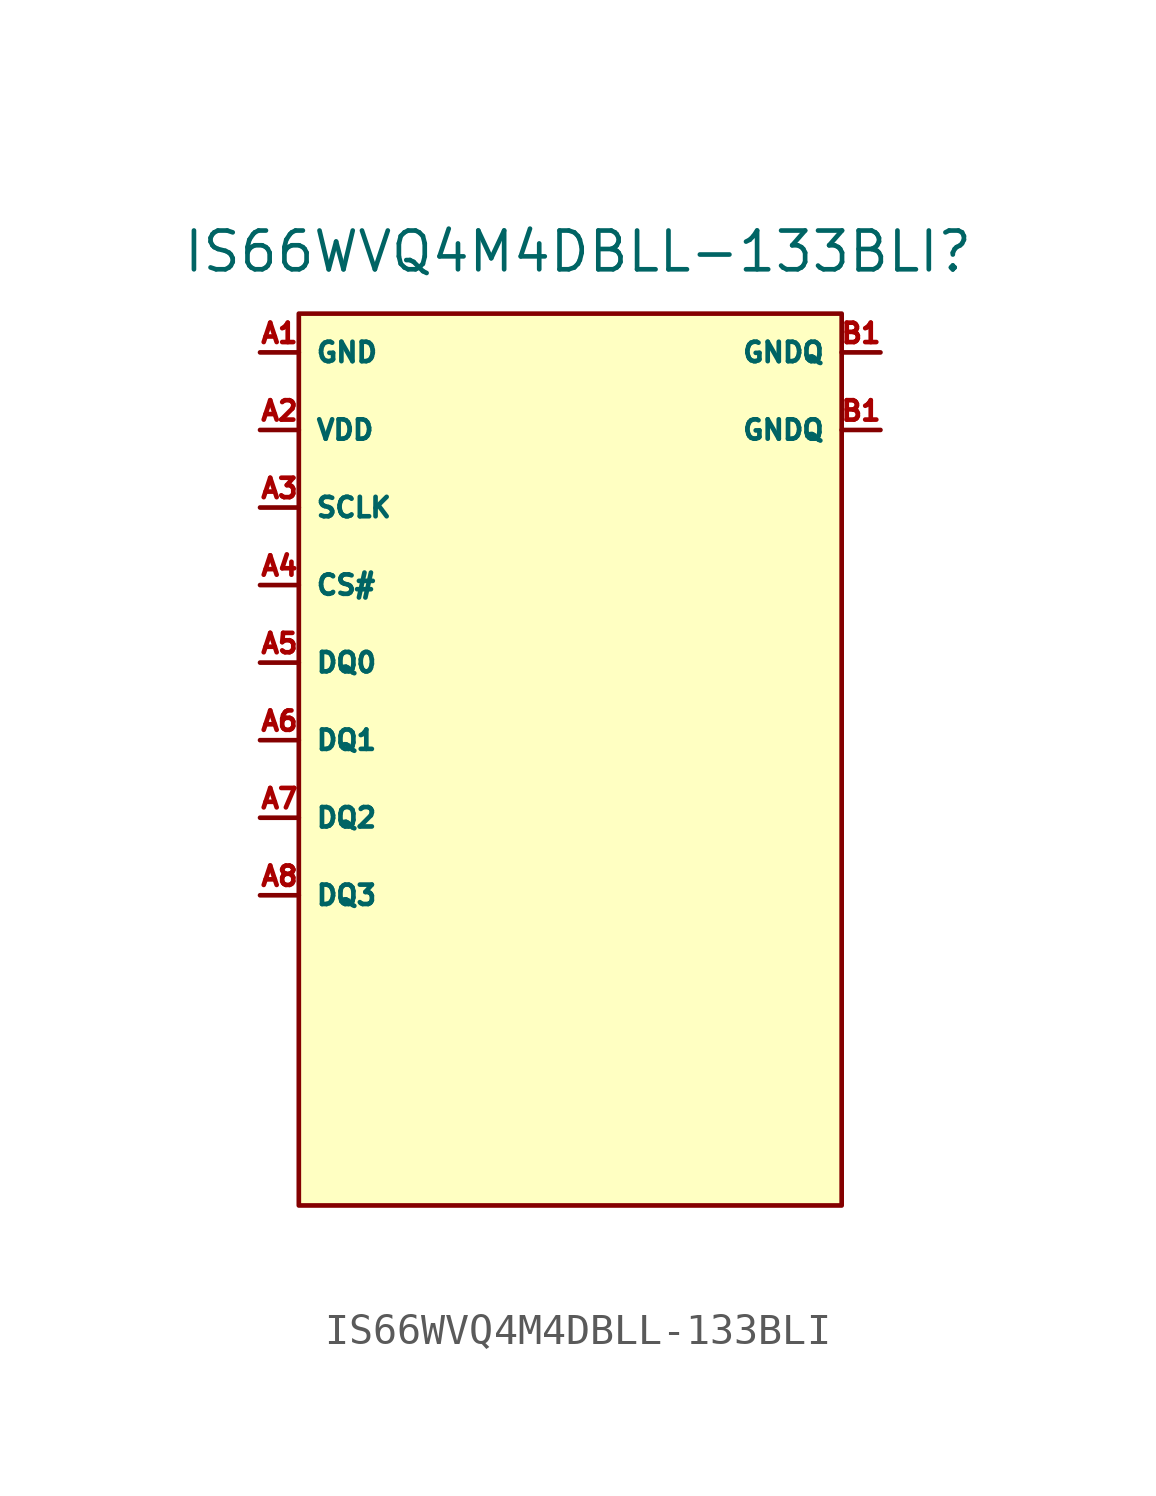
<source format=kicad_sym>
(kicad_symbol_lib
  (version 20241209)
  (generator "kicad_symbol_editor")
  (generator_version "9.0")
  (symbol "IS66WVQ4M4DBLL-133BLI"
    (property "Reference" "IS66WVQ4M4DBLL-133BLI"
      (at -2.286 -0.508 0)
      (effects (font (size 1.27 1.27))))
    (property "Value" ""
      (at 0 0 0)
      (effects (font (size 1.27 1.27))))
    (symbol "IS66WVQ4M4DBLL-133BLI_1_1"
      (rectangle (start -11.43 -2.54) (end 6.35 -31.75) (stroke (width 0) (type solid)) (fill (type background)))
      (pin power_in line (at -12.7 -3.81 0) (length 1.27) (name "GND" (effects (font (size 0.635 0.635)))) (number "A1" (effects (font (size 0.635 0.635)))))
      (pin power_in line (at -12.7 -6.35 0) (length 1.27) (name "VDD" (effects (font (size 0.635 0.635)))) (number "A2" (effects (font (size 0.635 0.635)))))
      (pin input line (at -12.7 -8.89 0) (length 1.27) (name "SCLK" (effects (font (size 0.635 0.635)))) (number "A3" (effects (font (size 0.635 0.635)))))
      (pin input line (at -12.7 -11.43 0) (length 1.27) (name "CS#" (effects (font (size 0.635 0.635)))) (number "A4" (effects (font (size 0.635 0.635)))))
      (pin input line (at -12.7 -13.97 0) (length 1.27) (name "DQ0" (effects (font (size 0.635 0.635)))) (number "A5" (effects (font (size 0.635 0.635)))))
      (pin input line (at -12.7 -16.51 0) (length 1.27) (name "DQ1" (effects (font (size 0.635 0.635)))) (number "A6" (effects (font (size 0.635 0.635)))))
      (pin input line (at -12.7 -19.05 0) (length 1.27) (name "DQ2" (effects (font (size 0.635 0.635)))) (number "A7" (effects (font (size 0.635 0.635)))))
      (pin input line (at -12.7 -21.59 0) (length 1.27) (name "DQ3" (effects (font (size 0.635 0.635)))) (number "A8" (effects (font (size 0.635 0.635)))))
      (pin power_in line (at 7.62 -3.81 180) (length 1.27) (name "GNDQ" (effects (font (size 0.635 0.635)))) (number "B1" (effects (font (size 0.635 0.635)))))
      (pin power_in line (at 7.62 -6.35 180) (length 1.27) (name "GNDQ" (effects (font (size 0.635 0.635)))) (number "B1" (effects (font (size 0.635 0.635))))))))
</source>
